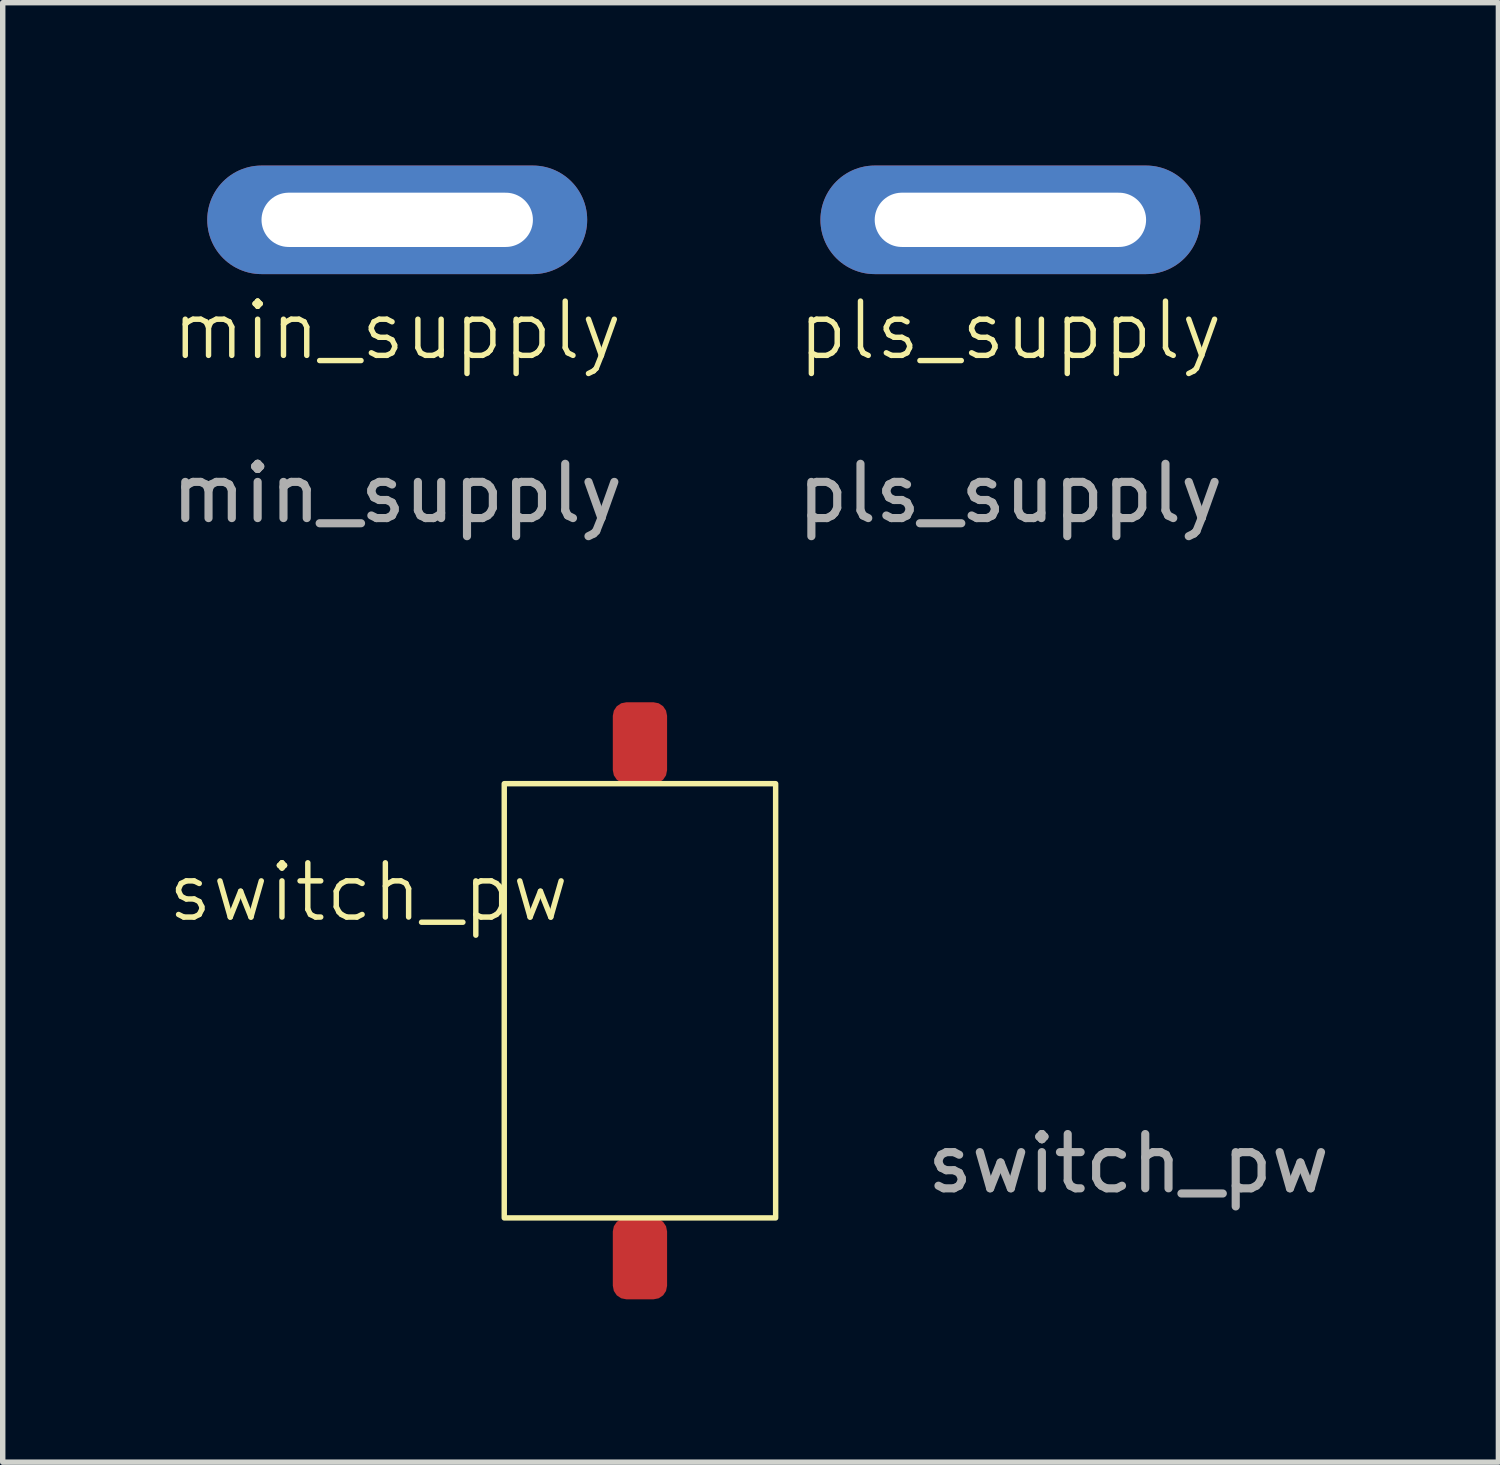
<source format=kicad_pcb>
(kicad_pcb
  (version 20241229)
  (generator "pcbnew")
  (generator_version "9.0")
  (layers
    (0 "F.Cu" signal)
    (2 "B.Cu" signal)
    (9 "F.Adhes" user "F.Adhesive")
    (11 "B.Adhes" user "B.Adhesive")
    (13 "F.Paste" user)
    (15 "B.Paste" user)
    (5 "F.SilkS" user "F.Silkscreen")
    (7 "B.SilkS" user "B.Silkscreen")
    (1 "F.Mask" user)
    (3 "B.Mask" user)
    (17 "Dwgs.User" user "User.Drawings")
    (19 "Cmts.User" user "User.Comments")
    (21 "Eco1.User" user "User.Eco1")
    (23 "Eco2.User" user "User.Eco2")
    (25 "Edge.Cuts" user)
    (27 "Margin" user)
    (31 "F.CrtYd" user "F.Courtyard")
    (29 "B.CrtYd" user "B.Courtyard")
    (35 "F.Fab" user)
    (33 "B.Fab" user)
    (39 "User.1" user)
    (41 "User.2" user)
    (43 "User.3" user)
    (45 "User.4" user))
  (footprint "pls_supply"
    (layer "F.Cu")
    (at 15.565 3.54)
    (property "Reference" "pls_supply" (at 0 -0.5 0) (unlocked yes) (layer "F.SilkS") (effects (font (size 1 1) (thickness 0.1))))
    (attr through_hole)
    (fp_text user "${REFERENCE}" (at 0 2.5 0) (unlocked yes) (layer "F.Fab") (effects (font (size 1 1) (thickness 0.15))))
    (pad "1" thru_hole oval (at 0 -2.54) (size 7 2) (drill oval 5 1) (layers "*.Cu" "*.Mask")))
  (footprint "min_supply"
    (layer "F.Cu")
    (at 4.268 3.54)
    (property "Reference" "min_supply" (at 0 -0.5 0) (unlocked yes) (layer "F.SilkS") (effects (font (size 1 1) (thickness 0.1))))
    (attr through_hole)
    (fp_text user "${REFERENCE}" (at 0 2.5 0) (unlocked yes) (layer "F.Fab") (effects (font (size 1 1) (thickness 0.15))))
    (pad "1" thru_hole oval (at 0 -2.54) (size 7 2) (drill oval 5 1) (layers "*.Cu" "*.Mask")))
  (footprint "switch_pw"
    (layer "F.Cu")
    (at 8.74 14.388)
    (property "Reference" "switch_pw" (at -5 -1 0) (unlocked yes) (layer "F.SilkS") (effects (font (size 1 1) (thickness 0.1))))
    (attr smd)
    (fp_rect (start -2.5 -3) (end 2.5 5) (stroke (width 0.1) (type default)) (fill no) (layer "F.SilkS"))
    (fp_text user "${REFERENCE}" (at 9 4 0) (unlocked yes) (layer "F.Fab") (effects (font (size 1 1) (thickness 0.15))))
    (pad "1" smd roundrect (at 0 -3.75) (size 1 1.5) (layers "F.Cu" "F.Mask" "F.Paste") (roundrect_rratio 0.25))
    (pad "2" smd roundrect (at 0 5.75) (size 1 1.5) (layers "F.Cu" "F.Mask" "F.Paste") (roundrect_rratio 0.25)))
  (gr_rect
    (start -3 -3)
    (end 24.556 23.888)
    (stroke (width 0.1) (type default))
    (fill no)
    (layer "Edge.Cuts")))
</source>
